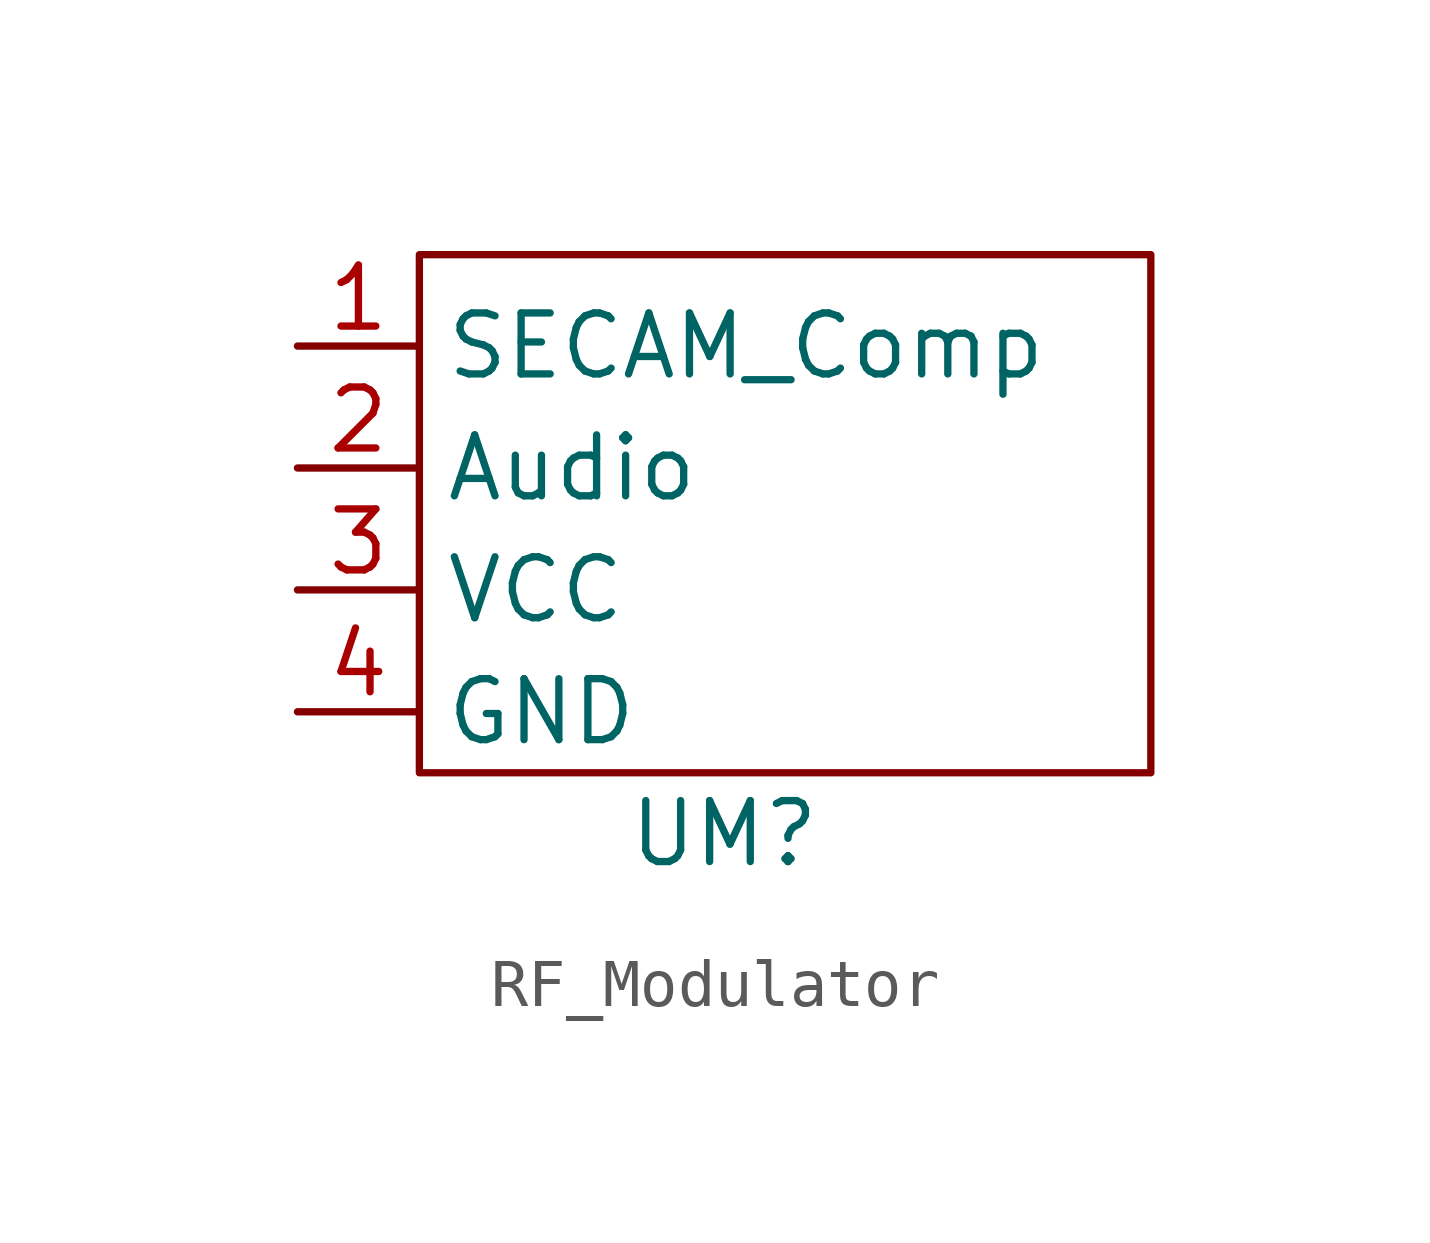
<source format=kicad_sym>
(kicad_symbol_lib
  (version 20231120)
  (generator "kicad_symbol_editor")
  (generator_version "8.0")
  (symbol "RF_Modulator"
    (property "Reference" "UM"
      (at -1.27 -6.35 0)
      (effects (font (size 1.27 1.27))))
    (property "Value" ""
      (at -1.27 0 0)
      (effects (font (size 1.27 1.27))))
    (symbol "RF_Modulator_0_1"
      (rectangle (start -7.62 5.715) (end 7.62 -5.08) (stroke (width 0) (type default)) (fill (type none))))
    (symbol "RF_Modulator_1_1"
      (pin input line (at -10.16 3.81 0) (length 2.54) (name "SECAM_Comp" (effects (font (size 1.27 1.27)))) (number "1" (effects (font (size 1.27 1.27)))))
      (pin input line (at -10.16 1.27 0) (length 2.54) (name "Audio" (effects (font (size 1.27 1.27)))) (number "2" (effects (font (size 1.27 1.27)))))
      (pin input line (at -10.16 -1.27 0) (length 2.54) (name "VCC" (effects (font (size 1.27 1.27)))) (number "3" (effects (font (size 1.27 1.27)))))
      (pin passive line (at -10.16 -3.81 0) (length 2.54) (name "GND" (effects (font (size 1.27 1.27)))) (number "4" (effects (font (size 1.27 1.27))))))))
</source>
